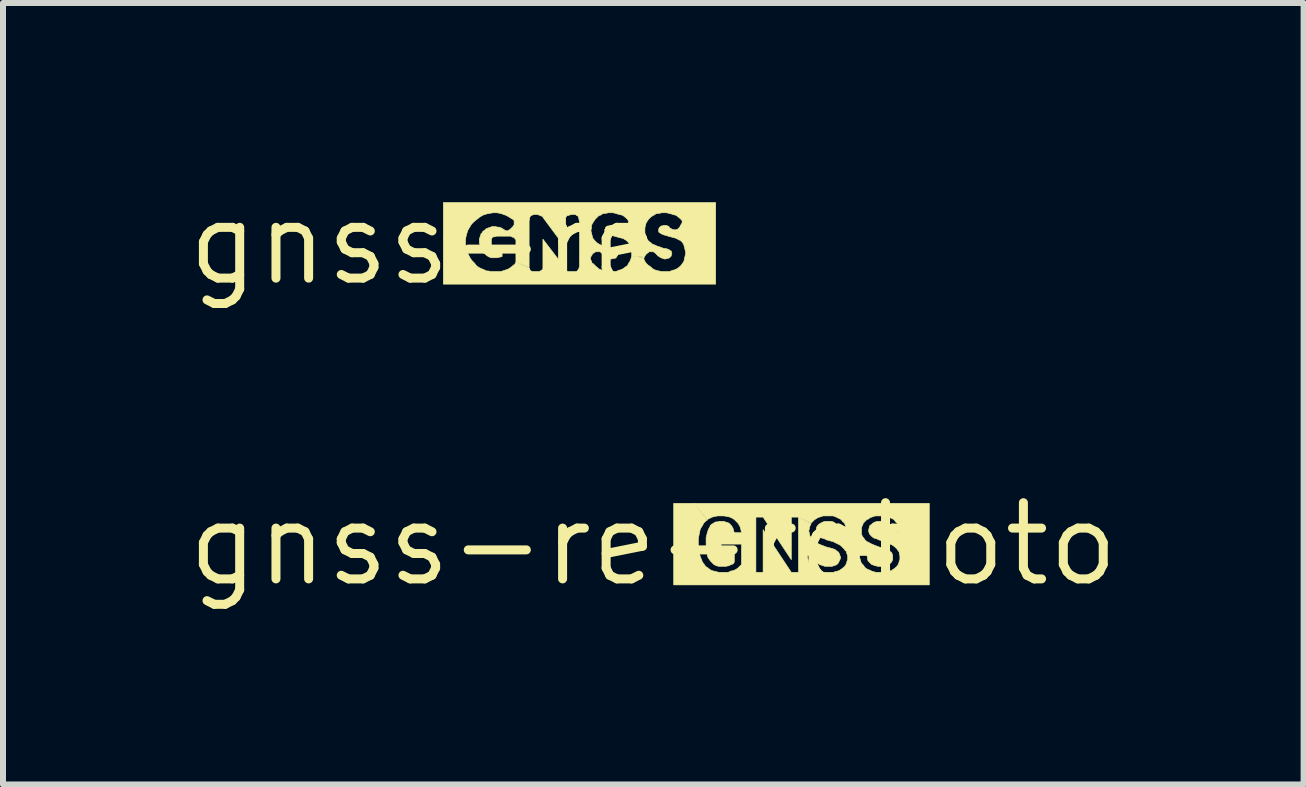
<source format=kicad_pcb>
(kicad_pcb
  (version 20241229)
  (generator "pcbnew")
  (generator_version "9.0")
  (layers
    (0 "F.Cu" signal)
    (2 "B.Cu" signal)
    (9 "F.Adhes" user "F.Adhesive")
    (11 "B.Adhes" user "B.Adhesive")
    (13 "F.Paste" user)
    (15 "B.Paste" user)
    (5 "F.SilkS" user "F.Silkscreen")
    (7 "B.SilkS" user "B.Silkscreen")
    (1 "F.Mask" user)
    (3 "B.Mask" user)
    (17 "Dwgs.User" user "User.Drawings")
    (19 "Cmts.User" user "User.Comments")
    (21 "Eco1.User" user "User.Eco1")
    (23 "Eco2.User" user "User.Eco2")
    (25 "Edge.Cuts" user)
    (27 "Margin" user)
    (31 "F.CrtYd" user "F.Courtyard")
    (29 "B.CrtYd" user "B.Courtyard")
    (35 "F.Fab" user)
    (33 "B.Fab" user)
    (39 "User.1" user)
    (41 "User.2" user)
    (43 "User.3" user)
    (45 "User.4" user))
  (footprint "gnss-re-roboto"
    (layer "F.Cu")
    (at 7.839 6.019)
    (property "Reference" "gnss-re-roboto" (at 0 0 0) (layer "F.SilkS") (effects (font (size 1.27 1.27) (thickness 0.15))))
    (attr board_only exclude_from_pos_files exclude_from_bom)
    (fp_poly (pts (xy 0.68 -0.68) (xy 0.34 -0.68) (xy 0.34 0.68) (xy 4.6 0.68) (xy 4.6 -0.68) (xy 0.68 -0.68) (xy 0.9 -0.41) (xy 0.94 -0.43) (xy 0.98 -0.45) (xy 1.02 -0.46) (xy 1.07 -0.47) (xy 1.12 -0.47) (xy 1.18 -0.47) (xy 1.23 -0.46) (xy 1.28 -0.45) (xy 1.32 -0.43) (xy 1.35 -0.41) (xy 1.38 -0.38) (xy 1.41 -0.35) (xy 1.43 -0.32) (xy 1.45 -0.28) (xy 1.46 -0.24) (xy 1.47 -0.19) (xy 1.35 -0.19) (xy 1.34 -0.22) (xy 1.33 -0.26) (xy 1.32 -0.28) (xy 1.3 -0.31) (xy 1.28 -0.33) (xy 1.26 -0.35) (xy 1.23 -0.36) (xy 1.2 -0.37) (xy 1.17 -0.38) (xy 1.14 -0.38) (xy 1.1 -0.38) (xy 1.07 -0.37) (xy 1.04 -0.37) (xy 1.02 -0.36) (xy 0.99 -0.34) (xy 0.97 -0.33) (xy 0.95 -0.31) (xy 0.94 -0.28) (xy 0.92 -0.25) (xy 0.91 -0.22) (xy 0.9 -0.19) (xy 0.89 -0.15) (xy 0.88 -0.11) (xy 0.88 -0.07) (xy 0.88 0.06) (xy 0.88 0.1) (xy 0.89 0.14) (xy 0.9 0.18) (xy 0.91 0.22) (xy 0.93 0.25) (xy 0.95 0.28) (xy 0.98 0.31) (xy 1.01 0.34) (xy 1.05 0.36) (xy 1.09 0.37) (xy 1.14 0.37) (xy 1.21 0.37) (xy 1.26 0.36) (xy 1.28 0.35) (xy 1.3 0.34) (xy 1.33 0.33) (xy 1.35 0.3) (xy 1.35 0.1) (xy 1.13 0.1) (xy 1.13 0) (xy 1.47 0) (xy 1.47 0.34) (xy 1.71 0.47) (xy 1.71 -0.45) (xy 1.83 -0.45) (xy 2.3 0.26) (xy 2.3 -0.45) (xy 2.42 -0.45) (xy 2.63 -0.35) (xy 2.65 -0.37) (xy 2.67 -0.39) (xy 2.69 -0.41) (xy 2.71 -0.42) (xy 2.74 -0.44) (xy 2.77 -0.45) (xy 2.8 -0.46) (xy 2.83 -0.47) (xy 2.86 -0.47) (xy 2.89 -0.47) (xy 2.93 -0.47) (xy 2.96 -0.47) (xy 3 -0.47) (xy 3.05 -0.45) (xy 3.09 -0.43) (xy 3.13 -0.41) (xy 3.16 -0.37) (xy 3.18 -0.36) (xy 3.19 -0.34) (xy 3.21 -0.29) (xy 3.23 -0.24) (xy 3.23 -0.2) (xy 3.11 -0.2) (xy 3.11 -0.24) (xy 3.1 -0.27) (xy 3.08 -0.3) (xy 3.05 -0.33) (xy 3.03 -0.35) (xy 3 -0.37) (xy 2.96 -0.38) (xy 2.91 -0.38) (xy 2.87 -0.38) (xy 2.83 -0.37) (xy 2.79 -0.35) (xy 2.76 -0.33) (xy 2.74 -0.31) (xy 2.72 -0.28) (xy 2.72 -0.24) (xy 2.72 -0.22) (xy 2.72 -0.21) (xy 2.72 -0.18) (xy 2.74 -0.16) (xy 2.75 -0.14) (xy 2.78 -0.12) (xy 2.81 -0.1) (xy 2.85 -0.09) (xy 2.89 -0.07) (xy 3 -0.04) (xy 3.04 -0.02) (xy 3.08 0) (xy 3.12 0.02) (xy 3.15 0.05) (xy 3.18 0.08) (xy 3.2 0.11) (xy 3.22 0.12) (xy 3.22 0.14) (xy 3.23 0.17) (xy 3.24 0.19) (xy 3.24 0.21) (xy 3.44 0.19) (xy 3.56 0.19) (xy 3.57 0.22) (xy 3.57 0.25) (xy 3.58 0.28) (xy 3.6 0.3) (xy 3.62 0.32) (xy 3.64 0.34) (xy 3.67 0.35) (xy 3.7 0.36) (xy 3.74 0.37) (xy 3.77 0.37) (xy 3.81 0.37) (xy 3.85 0.37) (xy 3.88 0.36) (xy 3.91 0.35) (xy 3.93 0.34) (xy 3.95 0.32) (xy 3.97 0.3) (xy 3.98 0.28) (xy 3.99 0.26) (xy 3.99 0.24) (xy 3.99 0.21) (xy 3.99 0.19) (xy 3.98 0.16) (xy 3.97 0.14) (xy 3.96 0.13) (xy 3.94 0.12) (xy 3.92 0.11) (xy 3.9 0.09) (xy 3.84 0.07) (xy 3.77 0.05) (xy 3.69 0.02) (xy 3.62 -0.01) (xy 3.59 -0.03) (xy 3.56 -0.04) (xy 3.54 -0.06) (xy 3.52 -0.08) (xy 3.51 -0.1) (xy 3.49 -0.12) (xy 3.48 -0.14) (xy 3.47 -0.17) (xy 3.47 -0.19) (xy 3.47 -0.22) (xy 3.47 -0.25) (xy 3.47 -0.27) (xy 3.48 -0.3) (xy 3.49 -0.32) (xy 3.5 -0.35) (xy 3.52 -0.37) (xy 3.54 -0.39) (xy 3.56 -0.41) (xy 3.59 -0.42) (xy 3.61 -0.44) (xy 3.64 -0.45) (xy 3.67 -0.46) (xy 3.7 -0.47) (xy 3.73 -0.47) (xy 3.77 -0.47) (xy 3.8 -0.47) (xy 3.84 -0.47) (xy 3.87 -0.47) (xy 3.92 -0.45) (xy 3.97 -0.43) (xy 4.01 -0.41) (xy 4.04 -0.37) (xy 4.05 -0.36) (xy 4.07 -0.34) (xy 4.09 -0.29) (xy 4.1 -0.24) (xy 4.1 -0.2) (xy 3.98 -0.2) (xy 3.98 -0.24) (xy 3.97 -0.27) (xy 3.95 -0.3) (xy 3.93 -0.33) (xy 3.9 -0.35) (xy 3.87 -0.37) (xy 3.83 -0.38) (xy 3.79 -0.38) (xy 3.74 -0.38) (xy 3.7 -0.37) (xy 3.66 -0.35) (xy 3.64 -0.33) (xy 3.61 -0.31) (xy 3.6 -0.28) (xy 3.59 -0.24) (xy 3.59 -0.22) (xy 3.59 -0.21) (xy 3.6 -0.18) (xy 3.61 -0.16) (xy 3.63 -0.14) (xy 3.65 -0.12) (xy 3.68 -0.1) (xy 3.72 -0.09) (xy 3.76 -0.07) (xy 3.87 -0.04) (xy 3.92 -0.02) (xy 3.95 0) (xy 3.99 0.02) (xy 4.03 0.05) (xy 4.06 0.08) (xy 4.08 0.11) (xy 4.09 0.12) (xy 4.1 0.14) (xy 4.1 0.17) (xy 4.11 0.19) (xy 4.11 0.21) (xy 4.11 0.24) (xy 4.11 0.26) (xy 4.1 0.28) (xy 4.09 0.32) (xy 4.07 0.36) (xy 4.04 0.39) (xy 4 0.42) (xy 3.97 0.44) (xy 3.94 0.45) (xy 3.91 0.46) (xy 3.87 0.47) (xy 3.83 0.47) (xy 3.79 0.47) (xy 3.75 0.47) (xy 3.71 0.47) (xy 3.67 0.46) (xy 3.64 0.45) (xy 3.6 0.43) (xy 3.57 0.42) (xy 3.54 0.4) (xy 3.52 0.38) (xy 3.5 0.35) (xy 3.48 0.33) (xy 3.46 0.3) (xy 3.45 0.26) (xy 3.44 0.23) (xy 3.44 0.19) (xy 3.24 0.21) (xy 3.24 0.24) (xy 3.24 0.26) (xy 3.23 0.28) (xy 3.22 0.32) (xy 3.2 0.36) (xy 3.17 0.39) (xy 3.13 0.42) (xy 3.1 0.44) (xy 3.07 0.45) (xy 3.03 0.46) (xy 3 0.47) (xy 2.96 0.47) (xy 2.91 0.47) (xy 2.87 0.47) (xy 2.83 0.47) (xy 2.8 0.46) (xy 2.76 0.45) (xy 2.73 0.43) (xy 2.7 0.42) (xy 2.67 0.4) (xy 2.65 0.38) (xy 2.62 0.35) (xy 2.61 0.33) (xy 2.59 0.3) (xy 2.58 0.26) (xy 2.57 0.23) (xy 2.57 0.19) (xy 2.69 0.19) (xy 2.69 0.22) (xy 2.7 0.25) (xy 2.71 0.28) (xy 2.72 0.3) (xy 2.74 0.32) (xy 2.77 0.34) (xy 2.8 0.35) (xy 2.83 0.36) (xy 2.86 0.37) (xy 2.9 0.37) (xy 2.94 0.37) (xy 2.98 0.37) (xy 3.01 0.36) (xy 3.04 0.35) (xy 3.06 0.34) (xy 3.08 0.32) (xy 3.09 0.3) (xy 3.1 0.28) (xy 3.11 0.26) (xy 3.12 0.24) (xy 3.12 0.21) (xy 3.11 0.19) (xy 3.1 0.16) (xy 3.09 0.14) (xy 3.08 0.13) (xy 3.07 0.12) (xy 3.05 0.11) (xy 3.03 0.09) (xy 2.97 0.07) (xy 2.89 0.05) (xy 2.81 0.02) (xy 2.74 -0.01) (xy 2.72 -0.03) (xy 2.69 -0.04) (xy 2.67 -0.06) (xy 2.65 -0.08) (xy 2.63 -0.1) (xy 2.62 -0.12) (xy 2.61 -0.14) (xy 2.6 -0.17) (xy 2.6 -0.19) (xy 2.59 -0.22) (xy 2.6 -0.25) (xy 2.6 -0.27) (xy 2.61 -0.3) (xy 2.62 -0.32) (xy 2.63 -0.34) (xy 2.42 -0.45) (xy 2.42 0.47) (xy 2.3 0.47) (xy 1.83 -0.24) (xy 1.83 0.47) (xy 1.71 0.47) (xy 1.47 0.34) (xy 1.44 0.37) (xy 1.41 0.4) (xy 1.38 0.42) (xy 1.34 0.44) (xy 1.29 0.45) (xy 1.25 0.47) (xy 1.19 0.47) (xy 1.14 0.47) (xy 1.09 0.47) (xy 1.05 0.46) (xy 1.01 0.45) (xy 0.97 0.44) (xy 0.94 0.42) (xy 0.9 0.39) (xy 0.87 0.37) (xy 0.85 0.34) (xy 0.82 0.3) (xy 0.8 0.25) (xy 0.78 0.2) (xy 0.77 0.15) (xy 0.76 0.1) (xy 0.75 0.04) (xy 0.75 -0.05) (xy 0.75 -0.09) (xy 0.76 -0.14) (xy 0.77 -0.19) (xy 0.78 -0.24) (xy 0.8 -0.28) (xy 0.82 -0.31) (xy 0.84 -0.35) (xy 0.87 -0.38) (xy 0.9 -0.4) (xy 0.68 -0.68)) (stroke (width 0.01) (type solid)) (fill yes) (layer "F.SilkS")))
  (footprint "gnss-re"
    (layer "F.Cu")
    (at 3.999 1.006)
    (property "Reference" "gnss-re" (at 0 0 0) (layer "F.SilkS") (effects (font (size 1.27 1.27) (thickness 0.15))))
    (attr board_only exclude_from_pos_files exclude_from_bom)
    (fp_poly (pts (xy 0.68 -0.68) (xy 0.34 -0.68) (xy 0.34 0.68) (xy 4.88 0.68) (xy 4.88 -0.68) (xy 0.68 -0.68) (xy 0.9 -0.4) (xy 0.95 -0.44) (xy 1 -0.47) (xy 1.06 -0.49) (xy 1.11 -0.5) (xy 1.17 -0.51) (xy 1.23 -0.51) (xy 1.29 -0.5) (xy 1.35 -0.48) (xy 1.4 -0.46) (xy 1.45 -0.43) (xy 1.48 -0.41) (xy 1.5 -0.4) (xy 1.52 -0.38) (xy 1.52 -0.36) (xy 1.52 -0.34) (xy 1.52 -0.31) (xy 1.5 -0.28) (xy 1.48 -0.26) (xy 1.45 -0.23) (xy 1.43 -0.22) (xy 1.42 -0.21) (xy 1.4 -0.21) (xy 1.38 -0.21) (xy 1.35 -0.23) (xy 1.3 -0.26) (xy 1.27 -0.27) (xy 1.25 -0.27) (xy 1.2 -0.28) (xy 1.15 -0.28) (xy 1.13 -0.27) (xy 1.1 -0.26) (xy 1.07 -0.25) (xy 1.05 -0.24) (xy 1.03 -0.22) (xy 1 -0.2) (xy 0.99 -0.18) (xy 0.97 -0.16) (xy 0.96 -0.13) (xy 0.95 -0.1) (xy 0.94 -0.07) (xy 0.94 -0.04) (xy 0.94 -0.01) (xy 0.95 0.02) (xy 0.95 0.05) (xy 0.96 0.08) (xy 0.98 0.11) (xy 0.99 0.14) (xy 1.01 0.16) (xy 1.04 0.18) (xy 1.06 0.2) (xy 1.09 0.22) (xy 1.11 0.23) (xy 1.14 0.24) (xy 1.18 0.24) (xy 1.23 0.24) (xy 1.28 0.23) (xy 1.32 0.22) (xy 1.32 0.07) (xy 1.21 0.07) (xy 1.18 0.07) (xy 1.17 0.07) (xy 1.16 0.06) (xy 1.15 0.05) (xy 1.14 0.04) (xy 1.14 0.01) (xy 1.14 -0.04) (xy 1.14 -0.06) (xy 1.15 -0.09) (xy 1.16 -0.1) (xy 1.18 -0.11) (xy 1.2 -0.11) (xy 1.23 -0.12) (xy 1.46 -0.12) (xy 1.48 -0.11) (xy 1.5 -0.1) (xy 1.52 -0.1) (xy 1.53 -0.08) (xy 1.54 -0.07) (xy 1.55 -0.06) (xy 1.55 -0.04) (xy 1.55 -0.02) (xy 1.55 0.29) (xy 1.55 0.31) (xy 1.77 0.4) (xy 1.77 -0.37) (xy 1.78 -0.42) (xy 1.78 -0.43) (xy 1.79 -0.45) (xy 1.8 -0.46) (xy 1.82 -0.47) (xy 1.85 -0.48) (xy 1.88 -0.48) (xy 1.91 -0.48) (xy 1.94 -0.47) (xy 1.96 -0.46) (xy 1.99 -0.45) (xy 2.01 -0.42) (xy 2.24 -0.11) (xy 2.38 0.07) (xy 2.38 -0.38) (xy 2.38 -0.41) (xy 2.38 -0.43) (xy 2.4 -0.46) (xy 2.44 -0.47) (xy 2.47 -0.48) (xy 2.51 -0.48) (xy 2.54 -0.48) (xy 2.57 -0.46) (xy 2.59 -0.45) (xy 2.59 -0.44) (xy 2.59 -0.43) (xy 2.6 -0.42) (xy 2.6 -0.4) (xy 2.61 -0.36) (xy 2.61 0.37) (xy 2.8 0.28) (xy 2.79 0.25) (xy 2.79 0.24) (xy 2.8 0.22) (xy 2.81 0.21) (xy 2.83 0.17) (xy 2.85 0.16) (xy 2.88 0.14) (xy 2.9 0.14) (xy 2.92 0.14) (xy 2.93 0.14) (xy 2.95 0.14) (xy 2.98 0.16) (xy 3.03 0.21) (xy 3.06 0.23) (xy 3.09 0.25) (xy 3.11 0.25) (xy 3.12 0.26) (xy 3.15 0.26) (xy 3.18 0.25) (xy 3.2 0.25) (xy 3.22 0.24) (xy 3.23 0.22) (xy 3.24 0.21) (xy 3.25 0.19) (xy 3.25 0.17) (xy 3.25 0.15) (xy 3.24 0.13) (xy 3.23 0.12) (xy 3.21 0.11) (xy 3.19 0.1) (xy 3.17 0.09) (xy 3.1 0.08) (xy 3.06 0.06) (xy 3.02 0.05) (xy 2.97 0.03) (xy 2.93 0.01) (xy 2.9 -0.01) (xy 2.88 -0.03) (xy 2.86 -0.05) (xy 2.83 -0.09) (xy 2.82 -0.13) (xy 2.81 -0.17) (xy 2.8 -0.21) (xy 2.81 -0.26) (xy 2.81 -0.3) (xy 2.83 -0.34) (xy 2.85 -0.37) (xy 2.87 -0.4) (xy 2.89 -0.42) (xy 2.91 -0.44) (xy 2.93 -0.46) (xy 2.96 -0.47) (xy 2.99 -0.49) (xy 3.02 -0.5) (xy 3.05 -0.5) (xy 3.09 -0.51) (xy 3.12 -0.51) (xy 3.17 -0.51) (xy 3.21 -0.5) (xy 3.24 -0.49) (xy 3.28 -0.48) (xy 3.32 -0.47) (xy 3.34 -0.46) (xy 3.39 -0.42) (xy 3.41 -0.4) (xy 3.42 -0.38) (xy 3.43 -0.36) (xy 3.43 -0.35) (xy 3.42 -0.34) (xy 3.41 -0.31) (xy 3.38 -0.27) (xy 3.36 -0.24) (xy 3.34 -0.23) (xy 3.32 -0.23) (xy 3.31 -0.22) (xy 3.29 -0.23) (xy 3.27 -0.23) (xy 3.24 -0.25) (xy 3.23 -0.25) (xy 3.2 -0.28) (xy 3.18 -0.29) (xy 3.15 -0.3) (xy 3.12 -0.3) (xy 3.1 -0.29) (xy 3.08 -0.29) (xy 3.06 -0.28) (xy 3.05 -0.27) (xy 3.04 -0.26) (xy 3.04 -0.24) (xy 3.03 -0.23) (xy 3.03 -0.21) (xy 3.04 -0.19) (xy 3.05 -0.18) (xy 3.06 -0.17) (xy 3.08 -0.16) (xy 3.12 -0.14) (xy 3.26 -0.1) (xy 3.3 -0.09) (xy 3.34 -0.08) (xy 3.37 -0.06) (xy 3.39 -0.05) (xy 3.41 -0.03) (xy 3.43 -0.01) (xy 3.45 0.03) (xy 3.47 0.07) (xy 3.48 0.11) (xy 3.48 0.16) (xy 3.48 0.21) (xy 3.69 0.23) (xy 3.69 0.22) (xy 3.7 0.21) (xy 3.73 0.17) (xy 3.75 0.16) (xy 3.77 0.14) (xy 3.79 0.14) (xy 3.81 0.14) (xy 3.82 0.14) (xy 3.84 0.14) (xy 3.87 0.16) (xy 3.92 0.21) (xy 3.95 0.23) (xy 3.99 0.25) (xy 4 0.25) (xy 4.02 0.26) (xy 4.05 0.26) (xy 4.07 0.25) (xy 4.09 0.25) (xy 4.11 0.24) (xy 4.13 0.22) (xy 4.14 0.21) (xy 4.14 0.19) (xy 4.15 0.17) (xy 4.14 0.15) (xy 4.14 0.13) (xy 4.12 0.12) (xy 4.11 0.11) (xy 4.09 0.1) (xy 4.06 0.09) (xy 4 0.08) (xy 3.95 0.06) (xy 3.91 0.05) (xy 3.87 0.03) (xy 3.82 0.01) (xy 3.8 -0.01) (xy 3.77 -0.03) (xy 3.75 -0.05) (xy 3.73 -0.09) (xy 3.71 -0.13) (xy 3.7 -0.17) (xy 3.7 -0.21) (xy 3.7 -0.26) (xy 3.71 -0.3) (xy 3.72 -0.34) (xy 3.74 -0.37) (xy 3.76 -0.4) (xy 3.78 -0.42) (xy 3.8 -0.44) (xy 3.83 -0.46) (xy 3.85 -0.47) (xy 3.88 -0.49) (xy 3.91 -0.5) (xy 3.94 -0.5) (xy 3.98 -0.51) (xy 4.02 -0.51) (xy 4.06 -0.51) (xy 4.1 -0.5) (xy 4.14 -0.49) (xy 4.17 -0.48) (xy 4.21 -0.47) (xy 4.23 -0.46) (xy 4.28 -0.42) (xy 4.3 -0.4) (xy 4.32 -0.38) (xy 4.32 -0.36) (xy 4.32 -0.35) (xy 4.32 -0.34) (xy 4.3 -0.31) (xy 4.28 -0.27) (xy 4.25 -0.24) (xy 4.24 -0.23) (xy 4.22 -0.23) (xy 4.2 -0.22) (xy 4.19 -0.23) (xy 4.16 -0.23) (xy 4.13 -0.25) (xy 4.12 -0.25) (xy 4.1 -0.28) (xy 4.08 -0.29) (xy 4.05 -0.3) (xy 4.01 -0.3) (xy 3.99 -0.29) (xy 3.97 -0.29) (xy 3.96 -0.28) (xy 3.95 -0.27) (xy 3.94 -0.26) (xy 3.93 -0.24) (xy 3.93 -0.23) (xy 3.93 -0.21) (xy 3.93 -0.19) (xy 3.94 -0.18) (xy 3.96 -0.17) (xy 3.97 -0.16) (xy 4.02 -0.14) (xy 4.16 -0.1) (xy 4.2 -0.09) (xy 4.23 -0.08) (xy 4.26 -0.06) (xy 4.29 -0.05) (xy 4.31 -0.03) (xy 4.33 -0.01) (xy 4.35 0.03) (xy 4.36 0.07) (xy 4.37 0.11) (xy 4.38 0.16) (xy 4.37 0.21) (xy 4.36 0.25) (xy 4.35 0.3) (xy 4.33 0.33) (xy 4.3 0.37) (xy 4.28 0.39) (xy 4.24 0.42) (xy 4.2 0.44) (xy 4.16 0.45) (xy 4.11 0.47) (xy 4.07 0.47) (xy 4.02 0.47) (xy 3.98 0.47) (xy 3.93 0.46) (xy 3.89 0.45) (xy 3.86 0.44) (xy 3.84 0.43) (xy 3.78 0.38) (xy 3.75 0.36) (xy 3.73 0.34) (xy 3.72 0.33) (xy 3.7 0.3) (xy 3.69 0.28) (xy 3.68 0.25) (xy 3.69 0.24) (xy 3.48 0.21) (xy 3.47 0.25) (xy 3.45 0.3) (xy 3.43 0.33) (xy 3.41 0.37) (xy 3.38 0.39) (xy 3.34 0.42) (xy 3.3 0.44) (xy 3.26 0.45) (xy 3.22 0.47) (xy 3.17 0.47) (xy 3.13 0.47) (xy 3.08 0.47) (xy 3.04 0.46) (xy 3 0.45) (xy 2.97 0.44) (xy 2.94 0.43) (xy 2.88 0.38) (xy 2.86 0.36) (xy 2.84 0.34) (xy 2.82 0.33) (xy 2.81 0.3) (xy 2.8 0.28) (xy 2.61 0.37) (xy 2.61 0.39) (xy 2.6 0.41) (xy 2.6 0.42) (xy 2.58 0.45) (xy 2.57 0.46) (xy 2.56 0.47) (xy 2.53 0.47) (xy 2.51 0.47) (xy 2.46 0.47) (xy 2.43 0.47) (xy 2.41 0.47) (xy 2.4 0.46) (xy 2.39 0.44) (xy 2 -0.07) (xy 2 0.41) (xy 2 0.42) (xy 1.98 0.45) (xy 1.97 0.45) (xy 1.96 0.46) (xy 1.94 0.47) (xy 1.9 0.47) (xy 1.86 0.47) (xy 1.83 0.47) (xy 1.8 0.46) (xy 1.79 0.45) (xy 1.78 0.43) (xy 1.78 0.42) (xy 1.77 0.41) (xy 1.55 0.31) (xy 1.54 0.33) (xy 1.53 0.35) (xy 1.5 0.37) (xy 1.48 0.39) (xy 1.45 0.41) (xy 1.42 0.43) (xy 1.39 0.44) (xy 1.36 0.45) (xy 1.33 0.46) (xy 1.29 0.47) (xy 1.25 0.47) (xy 1.2 0.47) (xy 1.17 0.47) (xy 1.13 0.47) (xy 1.09 0.46) (xy 1.06 0.46) (xy 1.02 0.44) (xy 0.97 0.42) (xy 0.93 0.4) (xy 0.89 0.37) (xy 0.86 0.33) (xy 0.82 0.29) (xy 0.79 0.25) (xy 0.77 0.21) (xy 0.75 0.17) (xy 0.73 0.13) (xy 0.72 0.08) (xy 0.71 0.03) (xy 0.71 -0.02) (xy 0.71 -0.07) (xy 0.72 -0.12) (xy 0.73 -0.16) (xy 0.75 -0.22) (xy 0.78 -0.27) (xy 0.81 -0.32) (xy 0.85 -0.36) (xy 0.9 -0.4) (xy 0.68 -0.68)) (stroke (width 0.01) (type solid)) (fill yes) (layer "F.SilkS")))
  (gr_rect
    (start -3 -3)
    (end 18.678 10.025)
    (stroke (width 0.1) (type default))
    (fill no)
    (layer "Edge.Cuts")))
</source>
